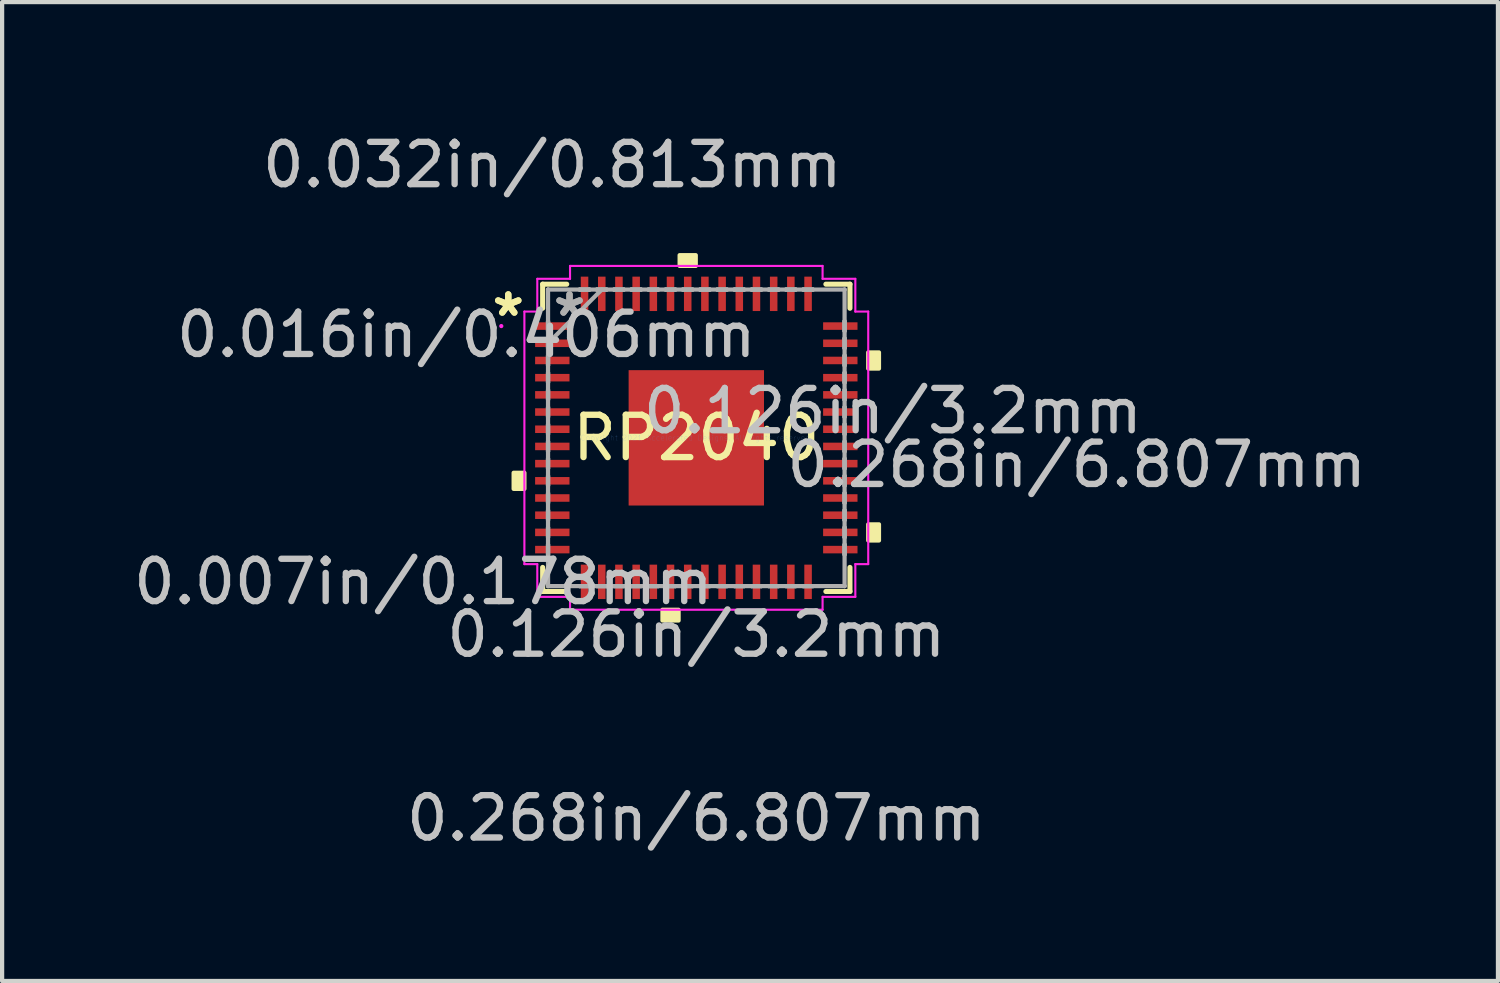
<source format=kicad_pcb>
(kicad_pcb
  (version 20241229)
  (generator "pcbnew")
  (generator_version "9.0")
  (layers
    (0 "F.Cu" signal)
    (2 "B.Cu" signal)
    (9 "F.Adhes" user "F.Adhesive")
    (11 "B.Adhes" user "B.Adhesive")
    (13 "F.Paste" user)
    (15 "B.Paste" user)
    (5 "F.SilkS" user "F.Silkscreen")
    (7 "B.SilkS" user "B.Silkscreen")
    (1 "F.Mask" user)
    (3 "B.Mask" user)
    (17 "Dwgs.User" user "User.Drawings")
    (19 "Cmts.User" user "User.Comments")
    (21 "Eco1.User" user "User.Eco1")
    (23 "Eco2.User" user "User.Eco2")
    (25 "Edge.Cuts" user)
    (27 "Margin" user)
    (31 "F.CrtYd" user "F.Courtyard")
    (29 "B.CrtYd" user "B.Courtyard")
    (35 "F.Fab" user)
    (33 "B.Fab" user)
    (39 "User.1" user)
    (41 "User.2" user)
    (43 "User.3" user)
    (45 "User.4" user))
  (footprint "RP2040"
    (layer "F.Cu")
    (at 13.41 7.3)
    (property "Reference" "RP2040" (at 0 0 0) (layer "F.SilkS") (effects (font (size 1 1) (thickness 0.15))))
    (attr through_hole)
    (fp_line (start -3.632 -3.632) (end -3.632 -3.063) (stroke (width 0.12) (type solid)) (layer "F.SilkS"))
    (fp_line (start -3.632 3.063) (end -3.632 3.632) (stroke (width 0.12) (type solid)) (layer "F.SilkS"))
    (fp_line (start -3.632 3.632) (end -3.063 3.632) (stroke (width 0.12) (type solid)) (layer "F.SilkS"))
    (fp_line (start -3.063 -3.632) (end -3.632 -3.632) (stroke (width 0.12) (type solid)) (layer "F.SilkS"))
    (fp_line (start 3.063 3.632) (end 3.632 3.632) (stroke (width 0.12) (type solid)) (layer "F.SilkS"))
    (fp_line (start 3.632 -3.632) (end 3.063 -3.632) (stroke (width 0.12) (type solid)) (layer "F.SilkS"))
    (fp_line (start 3.632 -3.063) (end 3.632 -3.632) (stroke (width 0.12) (type solid)) (layer "F.SilkS"))
    (fp_line (start 3.632 3.632) (end 3.632 3.063) (stroke (width 0.12) (type solid)) (layer "F.SilkS"))
    (fp_poly (pts (xy -4.318 0.826) (xy -4.318 1.206) (xy -4.064 1.206) (xy -4.064 0.826)) (stroke (width 0.1) (type solid)) (fill yes) (layer "F.SilkS"))
    (fp_poly (pts (xy -0.8 4.064) (xy -0.8 4.318) (xy -0.419 4.318) (xy -0.419 4.064)) (stroke (width 0.1) (type solid)) (fill yes) (layer "F.SilkS"))
    (fp_poly (pts (xy -0.394 -4.064) (xy -0.394 -4.318) (xy -0.013 -4.318) (xy -0.013 -4.064)) (stroke (width 0.1) (type solid)) (fill yes) (layer "F.SilkS"))
    (fp_poly (pts (xy 4.318 -2.019) (xy 4.318 -1.638) (xy 4.064 -1.638) (xy 4.064 -2.019)) (stroke (width 0.1) (type solid)) (fill yes) (layer "F.SilkS"))
    (fp_poly (pts (xy 4.318 2.045) (xy 4.318 2.426) (xy 4.064 2.426) (xy 4.064 2.045)) (stroke (width 0.1) (type solid)) (fill yes) (layer "F.SilkS"))
    (fp_poly (pts (xy -1.5 -1.5) (xy -1.5 -0.1) (xy -0.1 -0.1) (xy -0.1 -1.5)) (stroke (width 0.1) (type solid)) (fill yes) (layer "F.Paste"))
    (fp_poly (pts (xy -1.5 0.1) (xy -1.5 1.5) (xy -0.1 1.5) (xy -0.1 0.1)) (stroke (width 0.1) (type solid)) (fill yes) (layer "F.Paste"))
    (fp_poly (pts (xy 0.1 -1.5) (xy 0.1 -0.1) (xy 1.5 -0.1) (xy 1.5 -1.5)) (stroke (width 0.1) (type solid)) (fill yes) (layer "F.Paste"))
    (fp_poly (pts (xy 0.1 0.1) (xy 0.1 1.5) (xy 1.5 1.5) (xy 1.5 0.1)) (stroke (width 0.1) (type solid)) (fill yes) (layer "F.Paste"))
    (fp_line (start -4.064 -2.985) (end -3.759 -2.985) (stroke (width 0.05) (type solid)) (layer "F.CrtYd"))
    (fp_line (start -4.064 2.985) (end -4.064 -2.985) (stroke (width 0.05) (type solid)) (layer "F.CrtYd"))
    (fp_line (start -3.759 -3.759) (end -2.985 -3.759) (stroke (width 0.05) (type solid)) (layer "F.CrtYd"))
    (fp_line (start -3.759 -2.985) (end -3.759 -3.759) (stroke (width 0.05) (type solid)) (layer "F.CrtYd"))
    (fp_line (start -3.759 2.985) (end -4.064 2.985) (stroke (width 0.05) (type solid)) (layer "F.CrtYd"))
    (fp_line (start -3.759 3.759) (end -3.759 2.985) (stroke (width 0.05) (type solid)) (layer "F.CrtYd"))
    (fp_line (start -2.985 -4.064) (end 2.985 -4.064) (stroke (width 0.05) (type solid)) (layer "F.CrtYd"))
    (fp_line (start -2.985 -3.759) (end -2.985 -4.064) (stroke (width 0.05) (type solid)) (layer "F.CrtYd"))
    (fp_line (start -2.985 3.759) (end -3.759 3.759) (stroke (width 0.05) (type solid)) (layer "F.CrtYd"))
    (fp_line (start -2.985 4.064) (end -2.985 3.759) (stroke (width 0.05) (type solid)) (layer "F.CrtYd"))
    (fp_line (start 2.985 -4.064) (end 2.985 -3.759) (stroke (width 0.05) (type solid)) (layer "F.CrtYd"))
    (fp_line (start 2.985 -3.759) (end 3.759 -3.759) (stroke (width 0.05) (type solid)) (layer "F.CrtYd"))
    (fp_line (start 2.985 3.759) (end 2.985 4.064) (stroke (width 0.05) (type solid)) (layer "F.CrtYd"))
    (fp_line (start 2.985 4.064) (end -2.985 4.064) (stroke (width 0.05) (type solid)) (layer "F.CrtYd"))
    (fp_line (start 3.759 -3.759) (end 3.759 -2.985) (stroke (width 0.05) (type solid)) (layer "F.CrtYd"))
    (fp_line (start 3.759 -2.985) (end 4.064 -2.985) (stroke (width 0.05) (type solid)) (layer "F.CrtYd"))
    (fp_line (start 3.759 2.985) (end 3.759 3.759) (stroke (width 0.05) (type solid)) (layer "F.CrtYd"))
    (fp_line (start 3.759 3.759) (end 2.985 3.759) (stroke (width 0.05) (type solid)) (layer "F.CrtYd"))
    (fp_line (start 4.064 -2.985) (end 4.064 2.985) (stroke (width 0.05) (type solid)) (layer "F.CrtYd"))
    (fp_line (start 4.064 2.985) (end 3.759 2.985) (stroke (width 0.05) (type solid)) (layer "F.CrtYd"))
    (fp_circle (center -4.61 -2.642) (end -4.61 -2.642) (stroke (width 0.05) (type solid)) (fill no) (layer "F.CrtYd"))
    (fp_line (start -3.505 -3.505) (end -3.505 -3.505) (stroke (width 0.1) (type solid)) (layer "F.Fab"))
    (fp_line (start -3.505 -3.505) (end -3.505 3.505) (stroke (width 0.1) (type solid)) (layer "F.Fab"))
    (fp_line (start -3.505 -2.756) (end -3.505 -2.756) (stroke (width 0.1) (type solid)) (layer "F.Fab"))
    (fp_line (start -3.505 -2.756) (end -3.505 -2.527) (stroke (width 0.1) (type solid)) (layer "F.Fab"))
    (fp_line (start -3.505 -2.527) (end -3.505 -2.756) (stroke (width 0.1) (type solid)) (layer "F.Fab"))
    (fp_line (start -3.505 -2.527) (end -3.505 -2.527) (stroke (width 0.1) (type solid)) (layer "F.Fab"))
    (fp_line (start -3.505 -2.349) (end -3.505 -2.349) (stroke (width 0.1) (type solid)) (layer "F.Fab"))
    (fp_line (start -3.505 -2.349) (end -3.505 -2.121) (stroke (width 0.1) (type solid)) (layer "F.Fab"))
    (fp_line (start -3.505 -2.235) (end -2.235 -3.505) (stroke (width 0.1) (type solid)) (layer "F.Fab"))
    (fp_line (start -3.505 -2.121) (end -3.505 -2.349) (stroke (width 0.1) (type solid)) (layer "F.Fab"))
    (fp_line (start -3.505 -2.121) (end -3.505 -2.121) (stroke (width 0.1) (type solid)) (layer "F.Fab"))
    (fp_line (start -3.505 -1.943) (end -3.505 -1.943) (stroke (width 0.1) (type solid)) (layer "F.Fab"))
    (fp_line (start -3.505 -1.943) (end -3.505 -1.714) (stroke (width 0.1) (type solid)) (layer "F.Fab"))
    (fp_line (start -3.505 -1.714) (end -3.505 -1.943) (stroke (width 0.1) (type solid)) (layer "F.Fab"))
    (fp_line (start -3.505 -1.714) (end -3.505 -1.714) (stroke (width 0.1) (type solid)) (layer "F.Fab"))
    (fp_line (start -3.505 -1.537) (end -3.505 -1.537) (stroke (width 0.1) (type solid)) (layer "F.Fab"))
    (fp_line (start -3.505 -1.537) (end -3.505 -1.308) (stroke (width 0.1) (type solid)) (layer "F.Fab"))
    (fp_line (start -3.505 -1.308) (end -3.505 -1.537) (stroke (width 0.1) (type solid)) (layer "F.Fab"))
    (fp_line (start -3.505 -1.308) (end -3.505 -1.308) (stroke (width 0.1) (type solid)) (layer "F.Fab"))
    (fp_line (start -3.505 -1.13) (end -3.505 -1.13) (stroke (width 0.1) (type solid)) (layer "F.Fab"))
    (fp_line (start -3.505 -1.13) (end -3.505 -0.902) (stroke (width 0.1) (type solid)) (layer "F.Fab"))
    (fp_line (start -3.505 -0.902) (end -3.505 -1.13) (stroke (width 0.1) (type solid)) (layer "F.Fab"))
    (fp_line (start -3.505 -0.902) (end -3.505 -0.902) (stroke (width 0.1) (type solid)) (layer "F.Fab"))
    (fp_line (start -3.505 -0.724) (end -3.505 -0.724) (stroke (width 0.1) (type solid)) (layer "F.Fab"))
    (fp_line (start -3.505 -0.724) (end -3.505 -0.495) (stroke (width 0.1) (type solid)) (layer "F.Fab"))
    (fp_line (start -3.505 -0.495) (end -3.505 -0.724) (stroke (width 0.1) (type solid)) (layer "F.Fab"))
    (fp_line (start -3.505 -0.495) (end -3.505 -0.495) (stroke (width 0.1) (type solid)) (layer "F.Fab"))
    (fp_line (start -3.505 -0.318) (end -3.505 -0.318) (stroke (width 0.1) (type solid)) (layer "F.Fab"))
    (fp_line (start -3.505 -0.318) (end -3.505 -0.089) (stroke (width 0.1) (type solid)) (layer "F.Fab"))
    (fp_line (start -3.505 -0.089) (end -3.505 -0.318) (stroke (width 0.1) (type solid)) (layer "F.Fab"))
    (fp_line (start -3.505 -0.089) (end -3.505 -0.089) (stroke (width 0.1) (type solid)) (layer "F.Fab"))
    (fp_line (start -3.505 0.089) (end -3.505 0.089) (stroke (width 0.1) (type solid)) (layer "F.Fab"))
    (fp_line (start -3.505 0.089) (end -3.505 0.318) (stroke (width 0.1) (type solid)) (layer "F.Fab"))
    (fp_line (start -3.505 0.318) (end -3.505 0.089) (stroke (width 0.1) (type solid)) (layer "F.Fab"))
    (fp_line (start -3.505 0.318) (end -3.505 0.318) (stroke (width 0.1) (type solid)) (layer "F.Fab"))
    (fp_line (start -3.505 0.495) (end -3.505 0.495) (stroke (width 0.1) (type solid)) (layer "F.Fab"))
    (fp_line (start -3.505 0.495) (end -3.505 0.724) (stroke (width 0.1) (type solid)) (layer "F.Fab"))
    (fp_line (start -3.505 0.724) (end -3.505 0.495) (stroke (width 0.1) (type solid)) (layer "F.Fab"))
    (fp_line (start -3.505 0.724) (end -3.505 0.724) (stroke (width 0.1) (type solid)) (layer "F.Fab"))
    (fp_line (start -3.505 0.902) (end -3.505 0.902) (stroke (width 0.1) (type solid)) (layer "F.Fab"))
    (fp_line (start -3.505 0.902) (end -3.505 1.13) (stroke (width 0.1) (type solid)) (layer "F.Fab"))
    (fp_line (start -3.505 1.13) (end -3.505 0.902) (stroke (width 0.1) (type solid)) (layer "F.Fab"))
    (fp_line (start -3.505 1.13) (end -3.505 1.13) (stroke (width 0.1) (type solid)) (layer "F.Fab"))
    (fp_line (start -3.505 1.308) (end -3.505 1.308) (stroke (width 0.1) (type solid)) (layer "F.Fab"))
    (fp_line (start -3.505 1.308) (end -3.505 1.537) (stroke (width 0.1) (type solid)) (layer "F.Fab"))
    (fp_line (start -3.505 1.537) (end -3.505 1.308) (stroke (width 0.1) (type solid)) (layer "F.Fab"))
    (fp_line (start -3.505 1.537) (end -3.505 1.537) (stroke (width 0.1) (type solid)) (layer "F.Fab"))
    (fp_line (start -3.505 1.714) (end -3.505 1.714) (stroke (width 0.1) (type solid)) (layer "F.Fab"))
    (fp_line (start -3.505 1.714) (end -3.505 1.943) (stroke (width 0.1) (type solid)) (layer "F.Fab"))
    (fp_line (start -3.505 1.943) (end -3.505 1.714) (stroke (width 0.1) (type solid)) (layer "F.Fab"))
    (fp_line (start -3.505 1.943) (end -3.505 1.943) (stroke (width 0.1) (type solid)) (layer "F.Fab"))
    (fp_line (start -3.505 2.121) (end -3.505 2.121) (stroke (width 0.1) (type solid)) (layer "F.Fab"))
    (fp_line (start -3.505 2.121) (end -3.505 2.349) (stroke (width 0.1) (type solid)) (layer "F.Fab"))
    (fp_line (start -3.505 2.349) (end -3.505 2.121) (stroke (width 0.1) (type solid)) (layer "F.Fab"))
    (fp_line (start -3.505 2.349) (end -3.505 2.349) (stroke (width 0.1) (type solid)) (layer "F.Fab"))
    (fp_line (start -3.505 2.527) (end -3.505 2.527) (stroke (width 0.1) (type solid)) (layer "F.Fab"))
    (fp_line (start -3.505 2.527) (end -3.505 2.756) (stroke (width 0.1) (type solid)) (layer "F.Fab"))
    (fp_line (start -3.505 2.756) (end -3.505 2.527) (stroke (width 0.1) (type solid)) (layer "F.Fab"))
    (fp_line (start -3.505 2.756) (end -3.505 2.756) (stroke (width 0.1) (type solid)) (layer "F.Fab"))
    (fp_line (start -3.505 3.505) (end -3.505 3.505) (stroke (width 0.1) (type solid)) (layer "F.Fab"))
    (fp_line (start -3.505 3.505) (end 3.505 3.505) (stroke (width 0.1) (type solid)) (layer "F.Fab"))
    (fp_line (start -2.756 -3.505) (end -2.756 -3.505) (stroke (width 0.1) (type solid)) (layer "F.Fab"))
    (fp_line (start -2.756 -3.505) (end -2.527 -3.505) (stroke (width 0.1) (type solid)) (layer "F.Fab"))
    (fp_line (start -2.756 3.505) (end -2.756 3.505) (stroke (width 0.1) (type solid)) (layer "F.Fab"))
    (fp_line (start -2.756 3.505) (end -2.527 3.505) (stroke (width 0.1) (type solid)) (layer "F.Fab"))
    (fp_line (start -2.527 -3.505) (end -2.756 -3.505) (stroke (width 0.1) (type solid)) (layer "F.Fab"))
    (fp_line (start -2.527 -3.505) (end -2.527 -3.505) (stroke (width 0.1) (type solid)) (layer "F.Fab"))
    (fp_line (start -2.527 3.505) (end -2.756 3.505) (stroke (width 0.1) (type solid)) (layer "F.Fab"))
    (fp_line (start -2.527 3.505) (end -2.527 3.505) (stroke (width 0.1) (type solid)) (layer "F.Fab"))
    (fp_line (start -2.349 -3.505) (end -2.349 -3.505) (stroke (width 0.1) (type solid)) (layer "F.Fab"))
    (fp_line (start -2.349 -3.505) (end -2.121 -3.505) (stroke (width 0.1) (type solid)) (layer "F.Fab"))
    (fp_line (start -2.349 3.505) (end -2.349 3.505) (stroke (width 0.1) (type solid)) (layer "F.Fab"))
    (fp_line (start -2.349 3.505) (end -2.121 3.505) (stroke (width 0.1) (type solid)) (layer "F.Fab"))
    (fp_line (start -2.121 -3.505) (end -2.349 -3.505) (stroke (width 0.1) (type solid)) (layer "F.Fab"))
    (fp_line (start -2.121 -3.505) (end -2.121 -3.505) (stroke (width 0.1) (type solid)) (layer "F.Fab"))
    (fp_line (start -2.121 3.505) (end -2.349 3.505) (stroke (width 0.1) (type solid)) (layer "F.Fab"))
    (fp_line (start -2.121 3.505) (end -2.121 3.505) (stroke (width 0.1) (type solid)) (layer "F.Fab"))
    (fp_line (start -1.943 -3.505) (end -1.943 -3.505) (stroke (width 0.1) (type solid)) (layer "F.Fab"))
    (fp_line (start -1.943 -3.505) (end -1.714 -3.505) (stroke (width 0.1) (type solid)) (layer "F.Fab"))
    (fp_line (start -1.943 3.505) (end -1.943 3.505) (stroke (width 0.1) (type solid)) (layer "F.Fab"))
    (fp_line (start -1.943 3.505) (end -1.714 3.505) (stroke (width 0.1) (type solid)) (layer "F.Fab"))
    (fp_line (start -1.714 -3.505) (end -1.943 -3.505) (stroke (width 0.1) (type solid)) (layer "F.Fab"))
    (fp_line (start -1.714 -3.505) (end -1.714 -3.505) (stroke (width 0.1) (type solid)) (layer "F.Fab"))
    (fp_line (start -1.714 3.505) (end -1.943 3.505) (stroke (width 0.1) (type solid)) (layer "F.Fab"))
    (fp_line (start -1.714 3.505) (end -1.714 3.505) (stroke (width 0.1) (type solid)) (layer "F.Fab"))
    (fp_line (start -1.537 -3.505) (end -1.537 -3.505) (stroke (width 0.1) (type solid)) (layer "F.Fab"))
    (fp_line (start -1.537 -3.505) (end -1.308 -3.505) (stroke (width 0.1) (type solid)) (layer "F.Fab"))
    (fp_line (start -1.537 3.505) (end -1.537 3.505) (stroke (width 0.1) (type solid)) (layer "F.Fab"))
    (fp_line (start -1.537 3.505) (end -1.308 3.505) (stroke (width 0.1) (type solid)) (layer "F.Fab"))
    (fp_line (start -1.308 -3.505) (end -1.537 -3.505) (stroke (width 0.1) (type solid)) (layer "F.Fab"))
    (fp_line (start -1.308 -3.505) (end -1.308 -3.505) (stroke (width 0.1) (type solid)) (layer "F.Fab"))
    (fp_line (start -1.308 3.505) (end -1.537 3.505) (stroke (width 0.1) (type solid)) (layer "F.Fab"))
    (fp_line (start -1.308 3.505) (end -1.308 3.505) (stroke (width 0.1) (type solid)) (layer "F.Fab"))
    (fp_line (start -1.13 -3.505) (end -1.13 -3.505) (stroke (width 0.1) (type solid)) (layer "F.Fab"))
    (fp_line (start -1.13 -3.505) (end -0.902 -3.505) (stroke (width 0.1) (type solid)) (layer "F.Fab"))
    (fp_line (start -1.13 3.505) (end -1.13 3.505) (stroke (width 0.1) (type solid)) (layer "F.Fab"))
    (fp_line (start -1.13 3.505) (end -0.902 3.505) (stroke (width 0.1) (type solid)) (layer "F.Fab"))
    (fp_line (start -0.902 -3.505) (end -1.13 -3.505) (stroke (width 0.1) (type solid)) (layer "F.Fab"))
    (fp_line (start -0.902 -3.505) (end -0.902 -3.505) (stroke (width 0.1) (type solid)) (layer "F.Fab"))
    (fp_line (start -0.902 3.505) (end -1.13 3.505) (stroke (width 0.1) (type solid)) (layer "F.Fab"))
    (fp_line (start -0.902 3.505) (end -0.902 3.505) (stroke (width 0.1) (type solid)) (layer "F.Fab"))
    (fp_line (start -0.724 -3.505) (end -0.724 -3.505) (stroke (width 0.1) (type solid)) (layer "F.Fab"))
    (fp_line (start -0.724 -3.505) (end -0.495 -3.505) (stroke (width 0.1) (type solid)) (layer "F.Fab"))
    (fp_line (start -0.724 3.505) (end -0.724 3.505) (stroke (width 0.1) (type solid)) (layer "F.Fab"))
    (fp_line (start -0.724 3.505) (end -0.495 3.505) (stroke (width 0.1) (type solid)) (layer "F.Fab"))
    (fp_line (start -0.495 -3.505) (end -0.724 -3.505) (stroke (width 0.1) (type solid)) (layer "F.Fab"))
    (fp_line (start -0.495 -3.505) (end -0.495 -3.505) (stroke (width 0.1) (type solid)) (layer "F.Fab"))
    (fp_line (start -0.495 3.505) (end -0.724 3.505) (stroke (width 0.1) (type solid)) (layer "F.Fab"))
    (fp_line (start -0.495 3.505) (end -0.495 3.505) (stroke (width 0.1) (type solid)) (layer "F.Fab"))
    (fp_line (start -0.318 -3.505) (end -0.318 -3.505) (stroke (width 0.1) (type solid)) (layer "F.Fab"))
    (fp_line (start -0.318 -3.505) (end -0.089 -3.505) (stroke (width 0.1) (type solid)) (layer "F.Fab"))
    (fp_line (start -0.318 3.505) (end -0.318 3.505) (stroke (width 0.1) (type solid)) (layer "F.Fab"))
    (fp_line (start -0.318 3.505) (end -0.089 3.505) (stroke (width 0.1) (type solid)) (layer "F.Fab"))
    (fp_line (start -0.089 -3.505) (end -0.318 -3.505) (stroke (width 0.1) (type solid)) (layer "F.Fab"))
    (fp_line (start -0.089 -3.505) (end -0.089 -3.505) (stroke (width 0.1) (type solid)) (layer "F.Fab"))
    (fp_line (start -0.089 3.505) (end -0.318 3.505) (stroke (width 0.1) (type solid)) (layer "F.Fab"))
    (fp_line (start -0.089 3.505) (end -0.089 3.505) (stroke (width 0.1) (type solid)) (layer "F.Fab"))
    (fp_line (start 0.089 -3.505) (end 0.089 -3.505) (stroke (width 0.1) (type solid)) (layer "F.Fab"))
    (fp_line (start 0.089 -3.505) (end 0.318 -3.505) (stroke (width 0.1) (type solid)) (layer "F.Fab"))
    (fp_line (start 0.089 3.505) (end 0.089 3.505) (stroke (width 0.1) (type solid)) (layer "F.Fab"))
    (fp_line (start 0.089 3.505) (end 0.318 3.505) (stroke (width 0.1) (type solid)) (layer "F.Fab"))
    (fp_line (start 0.318 -3.505) (end 0.089 -3.505) (stroke (width 0.1) (type solid)) (layer "F.Fab"))
    (fp_line (start 0.318 -3.505) (end 0.318 -3.505) (stroke (width 0.1) (type solid)) (layer "F.Fab"))
    (fp_line (start 0.318 3.505) (end 0.089 3.505) (stroke (width 0.1) (type solid)) (layer "F.Fab"))
    (fp_line (start 0.318 3.505) (end 0.318 3.505) (stroke (width 0.1) (type solid)) (layer "F.Fab"))
    (fp_line (start 0.495 -3.505) (end 0.495 -3.505) (stroke (width 0.1) (type solid)) (layer "F.Fab"))
    (fp_line (start 0.495 -3.505) (end 0.724 -3.505) (stroke (width 0.1) (type solid)) (layer "F.Fab"))
    (fp_line (start 0.495 3.505) (end 0.495 3.505) (stroke (width 0.1) (type solid)) (layer "F.Fab"))
    (fp_line (start 0.495 3.505) (end 0.724 3.505) (stroke (width 0.1) (type solid)) (layer "F.Fab"))
    (fp_line (start 0.724 -3.505) (end 0.495 -3.505) (stroke (width 0.1) (type solid)) (layer "F.Fab"))
    (fp_line (start 0.724 -3.505) (end 0.724 -3.505) (stroke (width 0.1) (type solid)) (layer "F.Fab"))
    (fp_line (start 0.724 3.505) (end 0.495 3.505) (stroke (width 0.1) (type solid)) (layer "F.Fab"))
    (fp_line (start 0.724 3.505) (end 0.724 3.505) (stroke (width 0.1) (type solid)) (layer "F.Fab"))
    (fp_line (start 0.902 -3.505) (end 0.902 -3.505) (stroke (width 0.1) (type solid)) (layer "F.Fab"))
    (fp_line (start 0.902 -3.505) (end 1.13 -3.505) (stroke (width 0.1) (type solid)) (layer "F.Fab"))
    (fp_line (start 0.902 3.505) (end 0.902 3.505) (stroke (width 0.1) (type solid)) (layer "F.Fab"))
    (fp_line (start 0.902 3.505) (end 1.13 3.505) (stroke (width 0.1) (type solid)) (layer "F.Fab"))
    (fp_line (start 1.13 -3.505) (end 0.902 -3.505) (stroke (width 0.1) (type solid)) (layer "F.Fab"))
    (fp_line (start 1.13 -3.505) (end 1.13 -3.505) (stroke (width 0.1) (type solid)) (layer "F.Fab"))
    (fp_line (start 1.13 3.505) (end 0.902 3.505) (stroke (width 0.1) (type solid)) (layer "F.Fab"))
    (fp_line (start 1.13 3.505) (end 1.13 3.505) (stroke (width 0.1) (type solid)) (layer "F.Fab"))
    (fp_line (start 1.308 -3.505) (end 1.308 -3.505) (stroke (width 0.1) (type solid)) (layer "F.Fab"))
    (fp_line (start 1.308 -3.505) (end 1.537 -3.505) (stroke (width 0.1) (type solid)) (layer "F.Fab"))
    (fp_line (start 1.308 3.505) (end 1.308 3.505) (stroke (width 0.1) (type solid)) (layer "F.Fab"))
    (fp_line (start 1.308 3.505) (end 1.537 3.505) (stroke (width 0.1) (type solid)) (layer "F.Fab"))
    (fp_line (start 1.537 -3.505) (end 1.308 -3.505) (stroke (width 0.1) (type solid)) (layer "F.Fab"))
    (fp_line (start 1.537 -3.505) (end 1.537 -3.505) (stroke (width 0.1) (type solid)) (layer "F.Fab"))
    (fp_line (start 1.537 3.505) (end 1.308 3.505) (stroke (width 0.1) (type solid)) (layer "F.Fab"))
    (fp_line (start 1.537 3.505) (end 1.537 3.505) (stroke (width 0.1) (type solid)) (layer "F.Fab"))
    (fp_line (start 1.714 -3.505) (end 1.714 -3.505) (stroke (width 0.1) (type solid)) (layer "F.Fab"))
    (fp_line (start 1.714 -3.505) (end 1.943 -3.505) (stroke (width 0.1) (type solid)) (layer "F.Fab"))
    (fp_line (start 1.714 3.505) (end 1.714 3.505) (stroke (width 0.1) (type solid)) (layer "F.Fab"))
    (fp_line (start 1.714 3.505) (end 1.943 3.505) (stroke (width 0.1) (type solid)) (layer "F.Fab"))
    (fp_line (start 1.943 -3.505) (end 1.714 -3.505) (stroke (width 0.1) (type solid)) (layer "F.Fab"))
    (fp_line (start 1.943 -3.505) (end 1.943 -3.505) (stroke (width 0.1) (type solid)) (layer "F.Fab"))
    (fp_line (start 1.943 3.505) (end 1.714 3.505) (stroke (width 0.1) (type solid)) (layer "F.Fab"))
    (fp_line (start 1.943 3.505) (end 1.943 3.505) (stroke (width 0.1) (type solid)) (layer "F.Fab"))
    (fp_line (start 2.121 -3.505) (end 2.121 -3.505) (stroke (width 0.1) (type solid)) (layer "F.Fab"))
    (fp_line (start 2.121 -3.505) (end 2.349 -3.505) (stroke (width 0.1) (type solid)) (layer "F.Fab"))
    (fp_line (start 2.121 3.505) (end 2.121 3.505) (stroke (width 0.1) (type solid)) (layer "F.Fab"))
    (fp_line (start 2.121 3.505) (end 2.349 3.505) (stroke (width 0.1) (type solid)) (layer "F.Fab"))
    (fp_line (start 2.349 -3.505) (end 2.121 -3.505) (stroke (width 0.1) (type solid)) (layer "F.Fab"))
    (fp_line (start 2.349 -3.505) (end 2.349 -3.505) (stroke (width 0.1) (type solid)) (layer "F.Fab"))
    (fp_line (start 2.349 3.505) (end 2.121 3.505) (stroke (width 0.1) (type solid)) (layer "F.Fab"))
    (fp_line (start 2.349 3.505) (end 2.349 3.505) (stroke (width 0.1) (type solid)) (layer "F.Fab"))
    (fp_line (start 2.527 -3.505) (end 2.527 -3.505) (stroke (width 0.1) (type solid)) (layer "F.Fab"))
    (fp_line (start 2.527 -3.505) (end 2.756 -3.505) (stroke (width 0.1) (type solid)) (layer "F.Fab"))
    (fp_line (start 2.527 3.505) (end 2.527 3.505) (stroke (width 0.1) (type solid)) (layer "F.Fab"))
    (fp_line (start 2.527 3.505) (end 2.756 3.505) (stroke (width 0.1) (type solid)) (layer "F.Fab"))
    (fp_line (start 2.756 -3.505) (end 2.527 -3.505) (stroke (width 0.1) (type solid)) (layer "F.Fab"))
    (fp_line (start 2.756 -3.505) (end 2.756 -3.505) (stroke (width 0.1) (type solid)) (layer "F.Fab"))
    (fp_line (start 2.756 3.505) (end 2.527 3.505) (stroke (width 0.1) (type solid)) (layer "F.Fab"))
    (fp_line (start 2.756 3.505) (end 2.756 3.505) (stroke (width 0.1) (type solid)) (layer "F.Fab"))
    (fp_line (start 3.505 -3.505) (end -3.505 -3.505) (stroke (width 0.1) (type solid)) (layer "F.Fab"))
    (fp_line (start 3.505 -3.505) (end 3.505 -3.505) (stroke (width 0.1) (type solid)) (layer "F.Fab"))
    (fp_line (start 3.505 -2.756) (end 3.505 -2.756) (stroke (width 0.1) (type solid)) (layer "F.Fab"))
    (fp_line (start 3.505 -2.756) (end 3.505 -2.527) (stroke (width 0.1) (type solid)) (layer "F.Fab"))
    (fp_line (start 3.505 -2.527) (end 3.505 -2.756) (stroke (width 0.1) (type solid)) (layer "F.Fab"))
    (fp_line (start 3.505 -2.527) (end 3.505 -2.527) (stroke (width 0.1) (type solid)) (layer "F.Fab"))
    (fp_line (start 3.505 -2.349) (end 3.505 -2.349) (stroke (width 0.1) (type solid)) (layer "F.Fab"))
    (fp_line (start 3.505 -2.349) (end 3.505 -2.121) (stroke (width 0.1) (type solid)) (layer "F.Fab"))
    (fp_line (start 3.505 -2.121) (end 3.505 -2.349) (stroke (width 0.1) (type solid)) (layer "F.Fab"))
    (fp_line (start 3.505 -2.121) (end 3.505 -2.121) (stroke (width 0.1) (type solid)) (layer "F.Fab"))
    (fp_line (start 3.505 -1.943) (end 3.505 -1.943) (stroke (width 0.1) (type solid)) (layer "F.Fab"))
    (fp_line (start 3.505 -1.943) (end 3.505 -1.714) (stroke (width 0.1) (type solid)) (layer "F.Fab"))
    (fp_line (start 3.505 -1.714) (end 3.505 -1.943) (stroke (width 0.1) (type solid)) (layer "F.Fab"))
    (fp_line (start 3.505 -1.714) (end 3.505 -1.714) (stroke (width 0.1) (type solid)) (layer "F.Fab"))
    (fp_line (start 3.505 -1.537) (end 3.505 -1.537) (stroke (width 0.1) (type solid)) (layer "F.Fab"))
    (fp_line (start 3.505 -1.537) (end 3.505 -1.308) (stroke (width 0.1) (type solid)) (layer "F.Fab"))
    (fp_line (start 3.505 -1.308) (end 3.505 -1.537) (stroke (width 0.1) (type solid)) (layer "F.Fab"))
    (fp_line (start 3.505 -1.308) (end 3.505 -1.308) (stroke (width 0.1) (type solid)) (layer "F.Fab"))
    (fp_line (start 3.505 -1.13) (end 3.505 -1.13) (stroke (width 0.1) (type solid)) (layer "F.Fab"))
    (fp_line (start 3.505 -1.13) (end 3.505 -0.902) (stroke (width 0.1) (type solid)) (layer "F.Fab"))
    (fp_line (start 3.505 -0.902) (end 3.505 -1.13) (stroke (width 0.1) (type solid)) (layer "F.Fab"))
    (fp_line (start 3.505 -0.902) (end 3.505 -0.902) (stroke (width 0.1) (type solid)) (layer "F.Fab"))
    (fp_line (start 3.505 -0.724) (end 3.505 -0.724) (stroke (width 0.1) (type solid)) (layer "F.Fab"))
    (fp_line (start 3.505 -0.724) (end 3.505 -0.495) (stroke (width 0.1) (type solid)) (layer "F.Fab"))
    (fp_line (start 3.505 -0.495) (end 3.505 -0.724) (stroke (width 0.1) (type solid)) (layer "F.Fab"))
    (fp_line (start 3.505 -0.495) (end 3.505 -0.495) (stroke (width 0.1) (type solid)) (layer "F.Fab"))
    (fp_line (start 3.505 -0.318) (end 3.505 -0.318) (stroke (width 0.1) (type solid)) (layer "F.Fab"))
    (fp_line (start 3.505 -0.318) (end 3.505 -0.089) (stroke (width 0.1) (type solid)) (layer "F.Fab"))
    (fp_line (start 3.505 -0.089) (end 3.505 -0.318) (stroke (width 0.1) (type solid)) (layer "F.Fab"))
    (fp_line (start 3.505 -0.089) (end 3.505 -0.089) (stroke (width 0.1) (type solid)) (layer "F.Fab"))
    (fp_line (start 3.505 0.089) (end 3.505 0.089) (stroke (width 0.1) (type solid)) (layer "F.Fab"))
    (fp_line (start 3.505 0.089) (end 3.505 0.318) (stroke (width 0.1) (type solid)) (layer "F.Fab"))
    (fp_line (start 3.505 0.318) (end 3.505 0.089) (stroke (width 0.1) (type solid)) (layer "F.Fab"))
    (fp_line (start 3.505 0.318) (end 3.505 0.318) (stroke (width 0.1) (type solid)) (layer "F.Fab"))
    (fp_line (start 3.505 0.495) (end 3.505 0.495) (stroke (width 0.1) (type solid)) (layer "F.Fab"))
    (fp_line (start 3.505 0.495) (end 3.505 0.724) (stroke (width 0.1) (type solid)) (layer "F.Fab"))
    (fp_line (start 3.505 0.724) (end 3.505 0.495) (stroke (width 0.1) (type solid)) (layer "F.Fab"))
    (fp_line (start 3.505 0.724) (end 3.505 0.724) (stroke (width 0.1) (type solid)) (layer "F.Fab"))
    (fp_line (start 3.505 0.902) (end 3.505 0.902) (stroke (width 0.1) (type solid)) (layer "F.Fab"))
    (fp_line (start 3.505 0.902) (end 3.505 1.13) (stroke (width 0.1) (type solid)) (layer "F.Fab"))
    (fp_line (start 3.505 1.13) (end 3.505 0.902) (stroke (width 0.1) (type solid)) (layer "F.Fab"))
    (fp_line (start 3.505 1.13) (end 3.505 1.13) (stroke (width 0.1) (type solid)) (layer "F.Fab"))
    (fp_line (start 3.505 1.308) (end 3.505 1.308) (stroke (width 0.1) (type solid)) (layer "F.Fab"))
    (fp_line (start 3.505 1.308) (end 3.505 1.537) (stroke (width 0.1) (type solid)) (layer "F.Fab"))
    (fp_line (start 3.505 1.537) (end 3.505 1.308) (stroke (width 0.1) (type solid)) (layer "F.Fab"))
    (fp_line (start 3.505 1.537) (end 3.505 1.537) (stroke (width 0.1) (type solid)) (layer "F.Fab"))
    (fp_line (start 3.505 1.714) (end 3.505 1.714) (stroke (width 0.1) (type solid)) (layer "F.Fab"))
    (fp_line (start 3.505 1.714) (end 3.505 1.943) (stroke (width 0.1) (type solid)) (layer "F.Fab"))
    (fp_line (start 3.505 1.943) (end 3.505 1.714) (stroke (width 0.1) (type solid)) (layer "F.Fab"))
    (fp_line (start 3.505 1.943) (end 3.505 1.943) (stroke (width 0.1) (type solid)) (layer "F.Fab"))
    (fp_line (start 3.505 2.121) (end 3.505 2.121) (stroke (width 0.1) (type solid)) (layer "F.Fab"))
    (fp_line (start 3.505 2.121) (end 3.505 2.349) (stroke (width 0.1) (type solid)) (layer "F.Fab"))
    (fp_line (start 3.505 2.349) (end 3.505 2.121) (stroke (width 0.1) (type solid)) (layer "F.Fab"))
    (fp_line (start 3.505 2.349) (end 3.505 2.349) (stroke (width 0.1) (type solid)) (layer "F.Fab"))
    (fp_line (start 3.505 2.527) (end 3.505 2.527) (stroke (width 0.1) (type solid)) (layer "F.Fab"))
    (fp_line (start 3.505 2.527) (end 3.505 2.756) (stroke (width 0.1) (type solid)) (layer "F.Fab"))
    (fp_line (start 3.505 2.756) (end 3.505 2.527) (stroke (width 0.1) (type solid)) (layer "F.Fab"))
    (fp_line (start 3.505 2.756) (end 3.505 2.756) (stroke (width 0.1) (type solid)) (layer "F.Fab"))
    (fp_line (start 3.505 3.505) (end 3.505 -3.505) (stroke (width 0.1) (type solid)) (layer "F.Fab"))
    (fp_line (start 3.505 3.505) (end 3.505 3.505) (stroke (width 0.1) (type solid)) (layer "F.Fab"))
    (fp_text user "*" (at -4.445 -2.845 0) (layer "F.SilkS") (effects (font (size 1 1) (thickness 0.15))))
    (fp_text user "*" (at -4.445 -2.845 0) (layer "F.SilkS") (effects (font (size 1 1) (thickness 0.15))))
    (fp_text user "0.007in/0.178mm" (at -6.452 3.404 0) (layer "Dwgs.User") (effects (font (size 1 1) (thickness 0.15))))
    (fp_text user "0.032in/0.813mm" (at -3.404 -6.452 0) (layer "Dwgs.User") (effects (font (size 1 1) (thickness 0.15))))
    (fp_text user "0.126in/3.2mm" (at 0 4.648 0) (layer "Dwgs.User") (effects (font (size 1 1) (thickness 0.15))))
    (fp_text user "0.016in/0.406mm" (at -5.436 -2.438 0) (layer "Dwgs.User") (effects (font (size 1 1) (thickness 0.15))))
    (fp_text user "0.126in/3.2mm" (at 4.648 -0.635 0) (layer "Dwgs.User") (effects (font (size 1 1) (thickness 0.15))))
    (fp_text user "0.268in/6.807mm" (at 8.992 0.635 0) (layer "Dwgs.User") (effects (font (size 1 1) (thickness 0.15))))
    (fp_text user "0.268in/6.807mm" (at 0 8.992 0) (layer "Dwgs.User") (effects (font (size 1 1) (thickness 0.15))))
    (fp_text user "Copyright 2021 Accelerated Designs. All rights reserved." (at 0 0 0) (layer "Cmts.User") (effects (font (size 0.127 0.127) (thickness 0.002))))
    (fp_text user "*" (at -2.997 -2.845 0) (layer "F.Fab") (effects (font (size 1 1) (thickness 0.15))))
    (fp_text user "*" (at -2.997 -2.845 0) (layer "F.Fab") (effects (font (size 1 1) (thickness 0.15))))
    (pad "1" smd rect (at -3.404 -2.642 90) (size 0.178 0.813) (layers "F.Cu" "F.Mask" "F.Paste"))
    (pad "2" smd rect (at -3.404 -2.235 90) (size 0.178 0.813) (layers "F.Cu" "F.Mask" "F.Paste"))
    (pad "3" smd rect (at -3.404 -1.829 90) (size 0.178 0.813) (layers "F.Cu" "F.Mask" "F.Paste"))
    (pad "4" smd rect (at -3.404 -1.422 90) (size 0.178 0.813) (layers "F.Cu" "F.Mask" "F.Paste"))
    (pad "5" smd rect (at -3.404 -1.016 90) (size 0.178 0.813) (layers "F.Cu" "F.Mask" "F.Paste"))
    (pad "6" smd rect (at -3.404 -0.61 90) (size 0.178 0.813) (layers "F.Cu" "F.Mask" "F.Paste"))
    (pad "7" smd rect (at -3.404 -0.203 90) (size 0.178 0.813) (layers "F.Cu" "F.Mask" "F.Paste"))
    (pad "8" smd rect (at -3.404 0.203 90) (size 0.178 0.813) (layers "F.Cu" "F.Mask" "F.Paste"))
    (pad "9" smd rect (at -3.404 0.61 90) (size 0.178 0.813) (layers "F.Cu" "F.Mask" "F.Paste"))
    (pad "10" smd rect (at -3.404 1.016 90) (size 0.178 0.813) (layers "F.Cu" "F.Mask" "F.Paste"))
    (pad "11" smd rect (at -3.404 1.422 90) (size 0.178 0.813) (layers "F.Cu" "F.Mask" "F.Paste"))
    (pad "12" smd rect (at -3.404 1.829 90) (size 0.178 0.813) (layers "F.Cu" "F.Mask" "F.Paste"))
    (pad "13" smd rect (at -3.404 2.235 90) (size 0.178 0.813) (layers "F.Cu" "F.Mask" "F.Paste"))
    (pad "14" smd rect (at -3.404 2.642 90) (size 0.178 0.813) (layers "F.Cu" "F.Mask" "F.Paste"))
    (pad "15" smd rect (at -2.642 3.404) (size 0.178 0.813) (layers "F.Cu" "F.Mask" "F.Paste"))
    (pad "16" smd rect (at -2.235 3.404) (size 0.178 0.813) (layers "F.Cu" "F.Mask" "F.Paste"))
    (pad "17" smd rect (at -1.829 3.404) (size 0.178 0.813) (layers "F.Cu" "F.Mask" "F.Paste"))
    (pad "18" smd rect (at -1.422 3.404) (size 0.178 0.813) (layers "F.Cu" "F.Mask" "F.Paste"))
    (pad "19" smd rect (at -1.016 3.404) (size 0.178 0.813) (layers "F.Cu" "F.Mask" "F.Paste"))
    (pad "20" smd rect (at -0.61 3.404) (size 0.178 0.813) (layers "F.Cu" "F.Mask" "F.Paste"))
    (pad "21" smd rect (at -0.203 3.404) (size 0.178 0.813) (layers "F.Cu" "F.Mask" "F.Paste"))
    (pad "22" smd rect (at 0.203 3.404) (size 0.178 0.813) (layers "F.Cu" "F.Mask" "F.Paste"))
    (pad "23" smd rect (at 0.61 3.404) (size 0.178 0.813) (layers "F.Cu" "F.Mask" "F.Paste"))
    (pad "24" smd rect (at 1.016 3.404) (size 0.178 0.813) (layers "F.Cu" "F.Mask" "F.Paste"))
    (pad "25" smd rect (at 1.422 3.404) (size 0.178 0.813) (layers "F.Cu" "F.Mask" "F.Paste"))
    (pad "26" smd rect (at 1.829 3.404) (size 0.178 0.813) (layers "F.Cu" "F.Mask" "F.Paste"))
    (pad "27" smd rect (at 2.235 3.404) (size 0.178 0.813) (layers "F.Cu" "F.Mask" "F.Paste"))
    (pad "28" smd rect (at 2.642 3.404) (size 0.178 0.813) (layers "F.Cu" "F.Mask" "F.Paste"))
    (pad "29" smd rect (at 3.404 2.642 90) (size 0.178 0.813) (layers "F.Cu" "F.Mask" "F.Paste"))
    (pad "30" smd rect (at 3.404 2.235 90) (size 0.178 0.813) (layers "F.Cu" "F.Mask" "F.Paste"))
    (pad "31" smd rect (at 3.404 1.829 90) (size 0.178 0.813) (layers "F.Cu" "F.Mask" "F.Paste"))
    (pad "32" smd rect (at 3.404 1.422 90) (size 0.178 0.813) (layers "F.Cu" "F.Mask" "F.Paste"))
    (pad "33" smd rect (at 3.404 1.016 90) (size 0.178 0.813) (layers "F.Cu" "F.Mask" "F.Paste"))
    (pad "34" smd rect (at 3.404 0.61 90) (size 0.178 0.813) (layers "F.Cu" "F.Mask" "F.Paste"))
    (pad "35" smd rect (at 3.404 0.203 90) (size 0.178 0.813) (layers "F.Cu" "F.Mask" "F.Paste"))
    (pad "36" smd rect (at 3.404 -0.203 90) (size 0.178 0.813) (layers "F.Cu" "F.Mask" "F.Paste"))
    (pad "37" smd rect (at 3.404 -0.61 90) (size 0.178 0.813) (layers "F.Cu" "F.Mask" "F.Paste"))
    (pad "38" smd rect (at 3.404 -1.016 90) (size 0.178 0.813) (layers "F.Cu" "F.Mask" "F.Paste"))
    (pad "39" smd rect (at 3.404 -1.422 90) (size 0.178 0.813) (layers "F.Cu" "F.Mask" "F.Paste"))
    (pad "40" smd rect (at 3.404 -1.829 90) (size 0.178 0.813) (layers "F.Cu" "F.Mask" "F.Paste"))
    (pad "41" smd rect (at 3.404 -2.235 90) (size 0.178 0.813) (layers "F.Cu" "F.Mask" "F.Paste"))
    (pad "42" smd rect (at 3.404 -2.642 90) (size 0.178 0.813) (layers "F.Cu" "F.Mask" "F.Paste"))
    (pad "43" smd rect (at 2.642 -3.404) (size 0.178 0.813) (layers "F.Cu" "F.Mask" "F.Paste"))
    (pad "44" smd rect (at 2.235 -3.404) (size 0.178 0.813) (layers "F.Cu" "F.Mask" "F.Paste"))
    (pad "45" smd rect (at 1.829 -3.404) (size 0.178 0.813) (layers "F.Cu" "F.Mask" "F.Paste"))
    (pad "46" smd rect (at 1.422 -3.404) (size 0.178 0.813) (layers "F.Cu" "F.Mask" "F.Paste"))
    (pad "47" smd rect (at 1.016 -3.404) (size 0.178 0.813) (layers "F.Cu" "F.Mask" "F.Paste"))
    (pad "48" smd rect (at 0.61 -3.404) (size 0.178 0.813) (layers "F.Cu" "F.Mask" "F.Paste"))
    (pad "49" smd rect (at 0.203 -3.404) (size 0.178 0.813) (layers "F.Cu" "F.Mask" "F.Paste"))
    (pad "50" smd rect (at -0.203 -3.404) (size 0.178 0.813) (layers "F.Cu" "F.Mask" "F.Paste"))
    (pad "51" smd rect (at -0.61 -3.404) (size 0.178 0.813) (layers "F.Cu" "F.Mask" "F.Paste"))
    (pad "52" smd rect (at -1.016 -3.404) (size 0.178 0.813) (layers "F.Cu" "F.Mask" "F.Paste"))
    (pad "53" smd rect (at -1.422 -3.404) (size 0.178 0.813) (layers "F.Cu" "F.Mask" "F.Paste"))
    (pad "54" smd rect (at -1.829 -3.404) (size 0.178 0.813) (layers "F.Cu" "F.Mask" "F.Paste"))
    (pad "55" smd rect (at -2.235 -3.404) (size 0.178 0.813) (layers "F.Cu" "F.Mask" "F.Paste"))
    (pad "56" smd rect (at -2.642 -3.404) (size 0.178 0.813) (layers "F.Cu" "F.Mask" "F.Paste"))
    (pad "57" smd rect (at 0 0) (size 3.2 3.2) (layers "F.Cu" "F.Mask" "F.Paste")))
  (gr_rect
    (start -3 -3)
    (end 32.36 20.14)
    (stroke (width 0.1) (type default))
    (fill no)
    (layer "Edge.Cuts")))
</source>
